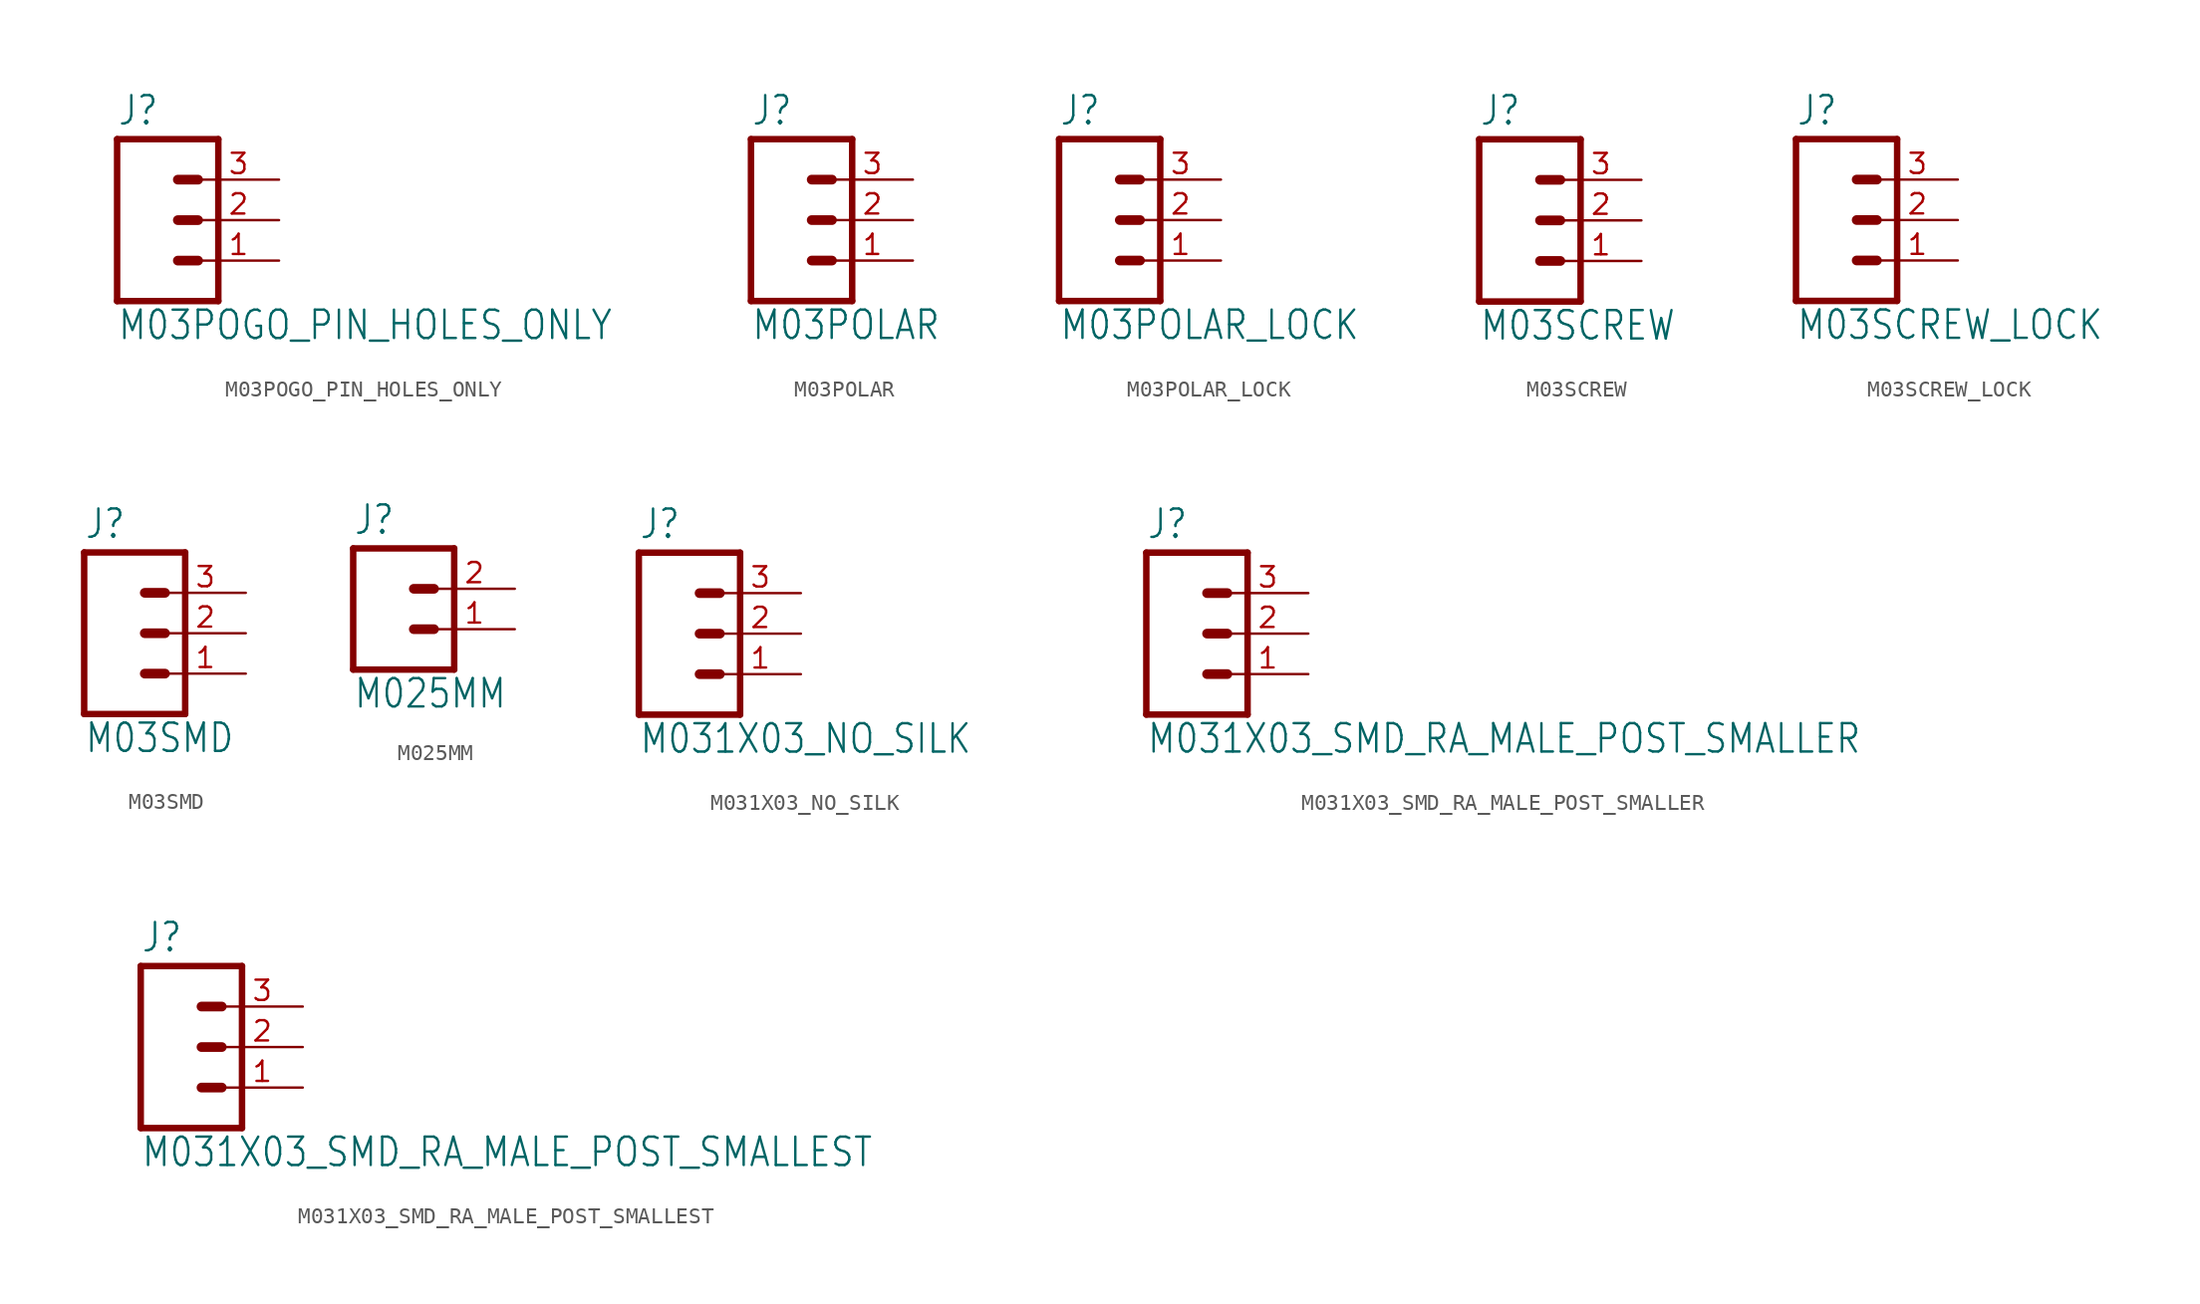
<source format=kicad_sym>
(kicad_symbol_lib
  (version 20220914)
  (generator kicad_symbol_editor)
  (symbol "M03POGO_PIN_HOLES_ONLY"
    (property "Reference" "J"
      (at -2.54 5.842 0)
      (effects (font (size 1.778 1.511)) (justify left bottom)))
    (property "Value" "M03POGO_PIN_HOLES_ONLY"
      (at -2.54 -7.62 0)
      (effects (font (size 1.778 1.511)) (justify left bottom)))
    (property "ki_locked" ""
      (at 0 0 0)
      (effects (font (size 1.27 1.27))))
    (symbol "M03POGO_PIN_HOLES_ONLY_1_0"
      (polyline (pts (xy -2.54 5.08) (xy -2.54 -5.08)) (stroke (width 0.406) (type default)) (fill (type none)))
      (polyline (pts (xy -2.54 5.08) (xy 3.81 5.08)) (stroke (width 0.406) (type default)) (fill (type none)))
      (polyline (pts (xy 1.27 -2.54) (xy 2.54 -2.54)) (stroke (width 0.61) (type default)) (fill (type none)))
      (polyline (pts (xy 1.27 0) (xy 2.54 0)) (stroke (width 0.61) (type default)) (fill (type none)))
      (polyline (pts (xy 1.27 2.54) (xy 2.54 2.54)) (stroke (width 0.61) (type default)) (fill (type none)))
      (polyline (pts (xy 3.81 -5.08) (xy -2.54 -5.08)) (stroke (width 0.406) (type default)) (fill (type none)))
      (polyline (pts (xy 3.81 -5.08) (xy 3.81 5.08)) (stroke (width 0.406) (type default)) (fill (type none)))
      (pin passive line (at 7.62 -2.54 180) (length 5.08) (name "1" (effects (font (size 0 0)))) (number "1" (effects (font (size 1.27 1.27)))))
      (pin passive line (at 7.62 0 180) (length 5.08) (name "2" (effects (font (size 0 0)))) (number "2" (effects (font (size 1.27 1.27)))))
      (pin passive line (at 7.62 2.54 180) (length 5.08) (name "3" (effects (font (size 0 0)))) (number "3" (effects (font (size 1.27 1.27)))))))
  (symbol "M03POLAR"
    (property "Reference" "J"
      (at -2.54 5.842 0)
      (effects (font (size 1.778 1.511)) (justify left bottom)))
    (property "Value" "M03POLAR"
      (at -2.54 -7.62 0)
      (effects (font (size 1.778 1.511)) (justify left bottom)))
    (property "ki_locked" ""
      (at 0 0 0)
      (effects (font (size 1.27 1.27))))
    (symbol "M03POLAR_1_0"
      (polyline (pts (xy -2.54 5.08) (xy -2.54 -5.08)) (stroke (width 0.406) (type default)) (fill (type none)))
      (polyline (pts (xy -2.54 5.08) (xy 3.81 5.08)) (stroke (width 0.406) (type default)) (fill (type none)))
      (polyline (pts (xy 1.27 -2.54) (xy 2.54 -2.54)) (stroke (width 0.61) (type default)) (fill (type none)))
      (polyline (pts (xy 1.27 0) (xy 2.54 0)) (stroke (width 0.61) (type default)) (fill (type none)))
      (polyline (pts (xy 1.27 2.54) (xy 2.54 2.54)) (stroke (width 0.61) (type default)) (fill (type none)))
      (polyline (pts (xy 3.81 -5.08) (xy -2.54 -5.08)) (stroke (width 0.406) (type default)) (fill (type none)))
      (polyline (pts (xy 3.81 -5.08) (xy 3.81 5.08)) (stroke (width 0.406) (type default)) (fill (type none)))
      (pin passive line (at 7.62 -2.54 180) (length 5.08) (name "1" (effects (font (size 0 0)))) (number "1" (effects (font (size 1.27 1.27)))))
      (pin passive line (at 7.62 0 180) (length 5.08) (name "2" (effects (font (size 0 0)))) (number "2" (effects (font (size 1.27 1.27)))))
      (pin passive line (at 7.62 2.54 180) (length 5.08) (name "3" (effects (font (size 0 0)))) (number "3" (effects (font (size 1.27 1.27)))))))
  (symbol "M03POLAR_LOCK"
    (property "Reference" "J"
      (at -2.54 5.842 0)
      (effects (font (size 1.778 1.511)) (justify left bottom)))
    (property "Value" "M03POLAR_LOCK"
      (at -2.54 -7.62 0)
      (effects (font (size 1.778 1.511)) (justify left bottom)))
    (property "ki_locked" ""
      (at 0 0 0)
      (effects (font (size 1.27 1.27))))
    (symbol "M03POLAR_LOCK_1_0"
      (polyline (pts (xy -2.54 5.08) (xy -2.54 -5.08)) (stroke (width 0.406) (type default)) (fill (type none)))
      (polyline (pts (xy -2.54 5.08) (xy 3.81 5.08)) (stroke (width 0.406) (type default)) (fill (type none)))
      (polyline (pts (xy 1.27 -2.54) (xy 2.54 -2.54)) (stroke (width 0.61) (type default)) (fill (type none)))
      (polyline (pts (xy 1.27 0) (xy 2.54 0)) (stroke (width 0.61) (type default)) (fill (type none)))
      (polyline (pts (xy 1.27 2.54) (xy 2.54 2.54)) (stroke (width 0.61) (type default)) (fill (type none)))
      (polyline (pts (xy 3.81 -5.08) (xy -2.54 -5.08)) (stroke (width 0.406) (type default)) (fill (type none)))
      (polyline (pts (xy 3.81 -5.08) (xy 3.81 5.08)) (stroke (width 0.406) (type default)) (fill (type none)))
      (pin passive line (at 7.62 -2.54 180) (length 5.08) (name "1" (effects (font (size 0 0)))) (number "1" (effects (font (size 1.27 1.27)))))
      (pin passive line (at 7.62 0 180) (length 5.08) (name "2" (effects (font (size 0 0)))) (number "2" (effects (font (size 1.27 1.27)))))
      (pin passive line (at 7.62 2.54 180) (length 5.08) (name "3" (effects (font (size 0 0)))) (number "3" (effects (font (size 1.27 1.27)))))))
  (symbol "M03SCREW"
    (property "Reference" "J"
      (at -2.54 5.842 0)
      (effects (font (size 1.778 1.511)) (justify left bottom)))
    (property "Value" "M03SCREW"
      (at -2.54 -7.62 0)
      (effects (font (size 1.778 1.511)) (justify left bottom)))
    (property "ki_locked" ""
      (at 0 0 0)
      (effects (font (size 1.27 1.27))))
    (symbol "M03SCREW_1_0"
      (polyline (pts (xy -2.54 5.08) (xy -2.54 -5.08)) (stroke (width 0.406) (type default)) (fill (type none)))
      (polyline (pts (xy -2.54 5.08) (xy 3.81 5.08)) (stroke (width 0.406) (type default)) (fill (type none)))
      (polyline (pts (xy 1.27 -2.54) (xy 2.54 -2.54)) (stroke (width 0.61) (type default)) (fill (type none)))
      (polyline (pts (xy 1.27 0) (xy 2.54 0)) (stroke (width 0.61) (type default)) (fill (type none)))
      (polyline (pts (xy 1.27 2.54) (xy 2.54 2.54)) (stroke (width 0.61) (type default)) (fill (type none)))
      (polyline (pts (xy 3.81 -5.08) (xy -2.54 -5.08)) (stroke (width 0.406) (type default)) (fill (type none)))
      (polyline (pts (xy 3.81 -5.08) (xy 3.81 5.08)) (stroke (width 0.406) (type default)) (fill (type none)))
      (pin passive line (at 7.62 -2.54 180) (length 5.08) (name "1" (effects (font (size 0 0)))) (number "1" (effects (font (size 1.27 1.27)))))
      (pin passive line (at 7.62 0 180) (length 5.08) (name "2" (effects (font (size 0 0)))) (number "2" (effects (font (size 1.27 1.27)))))
      (pin passive line (at 7.62 2.54 180) (length 5.08) (name "3" (effects (font (size 0 0)))) (number "3" (effects (font (size 1.27 1.27)))))))
  (symbol "M03SCREW_LOCK"
    (property "Reference" "J"
      (at -2.54 5.842 0)
      (effects (font (size 1.778 1.511)) (justify left bottom)))
    (property "Value" "M03SCREW_LOCK"
      (at -2.54 -7.62 0)
      (effects (font (size 1.778 1.511)) (justify left bottom)))
    (property "ki_locked" ""
      (at 0 0 0)
      (effects (font (size 1.27 1.27))))
    (symbol "M03SCREW_LOCK_1_0"
      (polyline (pts (xy -2.54 5.08) (xy -2.54 -5.08)) (stroke (width 0.406) (type default)) (fill (type none)))
      (polyline (pts (xy -2.54 5.08) (xy 3.81 5.08)) (stroke (width 0.406) (type default)) (fill (type none)))
      (polyline (pts (xy 1.27 -2.54) (xy 2.54 -2.54)) (stroke (width 0.61) (type default)) (fill (type none)))
      (polyline (pts (xy 1.27 0) (xy 2.54 0)) (stroke (width 0.61) (type default)) (fill (type none)))
      (polyline (pts (xy 1.27 2.54) (xy 2.54 2.54)) (stroke (width 0.61) (type default)) (fill (type none)))
      (polyline (pts (xy 3.81 -5.08) (xy -2.54 -5.08)) (stroke (width 0.406) (type default)) (fill (type none)))
      (polyline (pts (xy 3.81 -5.08) (xy 3.81 5.08)) (stroke (width 0.406) (type default)) (fill (type none)))
      (pin passive line (at 7.62 -2.54 180) (length 5.08) (name "1" (effects (font (size 0 0)))) (number "1" (effects (font (size 1.27 1.27)))))
      (pin passive line (at 7.62 0 180) (length 5.08) (name "2" (effects (font (size 0 0)))) (number "2" (effects (font (size 1.27 1.27)))))
      (pin passive line (at 7.62 2.54 180) (length 5.08) (name "3" (effects (font (size 0 0)))) (number "3" (effects (font (size 1.27 1.27)))))))
  (symbol "M03SMD"
    (property "Reference" "J"
      (at -2.54 5.842 0)
      (effects (font (size 1.778 1.511)) (justify left bottom)))
    (property "Value" "M03SMD"
      (at -2.54 -7.62 0)
      (effects (font (size 1.778 1.511)) (justify left bottom)))
    (property "ki_locked" ""
      (at 0 0 0)
      (effects (font (size 1.27 1.27))))
    (symbol "M03SMD_1_0"
      (polyline (pts (xy -2.54 5.08) (xy -2.54 -5.08)) (stroke (width 0.406) (type default)) (fill (type none)))
      (polyline (pts (xy -2.54 5.08) (xy 3.81 5.08)) (stroke (width 0.406) (type default)) (fill (type none)))
      (polyline (pts (xy 1.27 -2.54) (xy 2.54 -2.54)) (stroke (width 0.61) (type default)) (fill (type none)))
      (polyline (pts (xy 1.27 0) (xy 2.54 0)) (stroke (width 0.61) (type default)) (fill (type none)))
      (polyline (pts (xy 1.27 2.54) (xy 2.54 2.54)) (stroke (width 0.61) (type default)) (fill (type none)))
      (polyline (pts (xy 3.81 -5.08) (xy -2.54 -5.08)) (stroke (width 0.406) (type default)) (fill (type none)))
      (polyline (pts (xy 3.81 -5.08) (xy 3.81 5.08)) (stroke (width 0.406) (type default)) (fill (type none)))
      (pin passive line (at 7.62 -2.54 180) (length 5.08) (name "1" (effects (font (size 0 0)))) (number "1" (effects (font (size 1.27 1.27)))))
      (pin passive line (at 7.62 0 180) (length 5.08) (name "2" (effects (font (size 0 0)))) (number "2" (effects (font (size 1.27 1.27)))))
      (pin passive line (at 7.62 2.54 180) (length 5.08) (name "3" (effects (font (size 0 0)))) (number "3" (effects (font (size 1.27 1.27)))))))
  (symbol "M025MM"
    (property "Reference" "J"
      (at -2.54 5.842 0)
      (effects (font (size 1.778 1.511)) (justify left bottom)))
    (property "Value" "M025MM"
      (at -2.54 -5.08 0)
      (effects (font (size 1.778 1.511)) (justify left bottom)))
    (property "ki_locked" ""
      (at 0 0 0)
      (effects (font (size 1.27 1.27))))
    (symbol "M025MM_1_0"
      (polyline (pts (xy -2.54 5.08) (xy -2.54 -2.54)) (stroke (width 0.406) (type default)) (fill (type none)))
      (polyline (pts (xy -2.54 5.08) (xy 3.81 5.08)) (stroke (width 0.406) (type default)) (fill (type none)))
      (polyline (pts (xy 1.27 0) (xy 2.54 0)) (stroke (width 0.61) (type default)) (fill (type none)))
      (polyline (pts (xy 1.27 2.54) (xy 2.54 2.54)) (stroke (width 0.61) (type default)) (fill (type none)))
      (polyline (pts (xy 3.81 -2.54) (xy -2.54 -2.54)) (stroke (width 0.406) (type default)) (fill (type none)))
      (polyline (pts (xy 3.81 -2.54) (xy 3.81 5.08)) (stroke (width 0.406) (type default)) (fill (type none)))
      (pin passive line (at 7.62 0 180) (length 5.08) (name "1" (effects (font (size 0 0)))) (number "1" (effects (font (size 1.27 1.27)))))
      (pin passive line (at 7.62 2.54 180) (length 5.08) (name "2" (effects (font (size 0 0)))) (number "2" (effects (font (size 1.27 1.27)))))))
  (symbol "M031X03_NO_SILK"
    (property "Reference" "J"
      (at -2.54 5.842 0)
      (effects (font (size 1.778 1.511)) (justify left bottom)))
    (property "Value" "M031X03_NO_SILK"
      (at -2.54 -7.62 0)
      (effects (font (size 1.778 1.511)) (justify left bottom)))
    (property "ki_locked" ""
      (at 0 0 0)
      (effects (font (size 1.27 1.27))))
    (symbol "M031X03_NO_SILK_1_0"
      (polyline (pts (xy -2.54 5.08) (xy -2.54 -5.08)) (stroke (width 0.406) (type default)) (fill (type none)))
      (polyline (pts (xy -2.54 5.08) (xy 3.81 5.08)) (stroke (width 0.406) (type default)) (fill (type none)))
      (polyline (pts (xy 1.27 -2.54) (xy 2.54 -2.54)) (stroke (width 0.61) (type default)) (fill (type none)))
      (polyline (pts (xy 1.27 0) (xy 2.54 0)) (stroke (width 0.61) (type default)) (fill (type none)))
      (polyline (pts (xy 1.27 2.54) (xy 2.54 2.54)) (stroke (width 0.61) (type default)) (fill (type none)))
      (polyline (pts (xy 3.81 -5.08) (xy -2.54 -5.08)) (stroke (width 0.406) (type default)) (fill (type none)))
      (polyline (pts (xy 3.81 -5.08) (xy 3.81 5.08)) (stroke (width 0.406) (type default)) (fill (type none)))
      (pin passive line (at 7.62 -2.54 180) (length 5.08) (name "1" (effects (font (size 0 0)))) (number "1" (effects (font (size 1.27 1.27)))))
      (pin passive line (at 7.62 0 180) (length 5.08) (name "2" (effects (font (size 0 0)))) (number "2" (effects (font (size 1.27 1.27)))))
      (pin passive line (at 7.62 2.54 180) (length 5.08) (name "3" (effects (font (size 0 0)))) (number "3" (effects (font (size 1.27 1.27)))))))
  (symbol "M031X03_SMD_RA_MALE_POST_SMALLER"
    (property "Reference" "J"
      (at -2.54 5.842 0)
      (effects (font (size 1.778 1.511)) (justify left bottom)))
    (property "Value" "M031X03_SMD_RA_MALE_POST_SMALLER"
      (at -2.54 -7.62 0)
      (effects (font (size 1.778 1.511)) (justify left bottom)))
    (property "ki_locked" ""
      (at 0 0 0)
      (effects (font (size 1.27 1.27))))
    (symbol "M031X03_SMD_RA_MALE_POST_SMALLER_1_0"
      (polyline (pts (xy -2.54 5.08) (xy -2.54 -5.08)) (stroke (width 0.406) (type default)) (fill (type none)))
      (polyline (pts (xy -2.54 5.08) (xy 3.81 5.08)) (stroke (width 0.406) (type default)) (fill (type none)))
      (polyline (pts (xy 1.27 -2.54) (xy 2.54 -2.54)) (stroke (width 0.61) (type default)) (fill (type none)))
      (polyline (pts (xy 1.27 0) (xy 2.54 0)) (stroke (width 0.61) (type default)) (fill (type none)))
      (polyline (pts (xy 1.27 2.54) (xy 2.54 2.54)) (stroke (width 0.61) (type default)) (fill (type none)))
      (polyline (pts (xy 3.81 -5.08) (xy -2.54 -5.08)) (stroke (width 0.406) (type default)) (fill (type none)))
      (polyline (pts (xy 3.81 -5.08) (xy 3.81 5.08)) (stroke (width 0.406) (type default)) (fill (type none)))
      (pin passive line (at 7.62 -2.54 180) (length 5.08) (name "1" (effects (font (size 0 0)))) (number "1" (effects (font (size 1.27 1.27)))))
      (pin passive line (at 7.62 0 180) (length 5.08) (name "2" (effects (font (size 0 0)))) (number "2" (effects (font (size 1.27 1.27)))))
      (pin passive line (at 7.62 2.54 180) (length 5.08) (name "3" (effects (font (size 0 0)))) (number "3" (effects (font (size 1.27 1.27)))))))
  (symbol "M031X03_SMD_RA_MALE_POST_SMALLEST"
    (property "Reference" "J"
      (at -2.54 5.842 0)
      (effects (font (size 1.778 1.511)) (justify left bottom)))
    (property "Value" "M031X03_SMD_RA_MALE_POST_SMALLEST"
      (at -2.54 -7.62 0)
      (effects (font (size 1.778 1.511)) (justify left bottom)))
    (property "ki_locked" ""
      (at 0 0 0)
      (effects (font (size 1.27 1.27))))
    (symbol "M031X03_SMD_RA_MALE_POST_SMALLEST_1_0"
      (polyline (pts (xy -2.54 5.08) (xy -2.54 -5.08)) (stroke (width 0.406) (type default)) (fill (type none)))
      (polyline (pts (xy -2.54 5.08) (xy 3.81 5.08)) (stroke (width 0.406) (type default)) (fill (type none)))
      (polyline (pts (xy 1.27 -2.54) (xy 2.54 -2.54)) (stroke (width 0.61) (type default)) (fill (type none)))
      (polyline (pts (xy 1.27 0) (xy 2.54 0)) (stroke (width 0.61) (type default)) (fill (type none)))
      (polyline (pts (xy 1.27 2.54) (xy 2.54 2.54)) (stroke (width 0.61) (type default)) (fill (type none)))
      (polyline (pts (xy 3.81 -5.08) (xy -2.54 -5.08)) (stroke (width 0.406) (type default)) (fill (type none)))
      (polyline (pts (xy 3.81 -5.08) (xy 3.81 5.08)) (stroke (width 0.406) (type default)) (fill (type none)))
      (pin passive line (at 7.62 -2.54 180) (length 5.08) (name "1" (effects (font (size 0 0)))) (number "1" (effects (font (size 1.27 1.27)))))
      (pin passive line (at 7.62 0 180) (length 5.08) (name "2" (effects (font (size 0 0)))) (number "2" (effects (font (size 1.27 1.27)))))
      (pin passive line (at 7.62 2.54 180) (length 5.08) (name "3" (effects (font (size 0 0)))) (number "3" (effects (font (size 1.27 1.27))))))))
</source>
